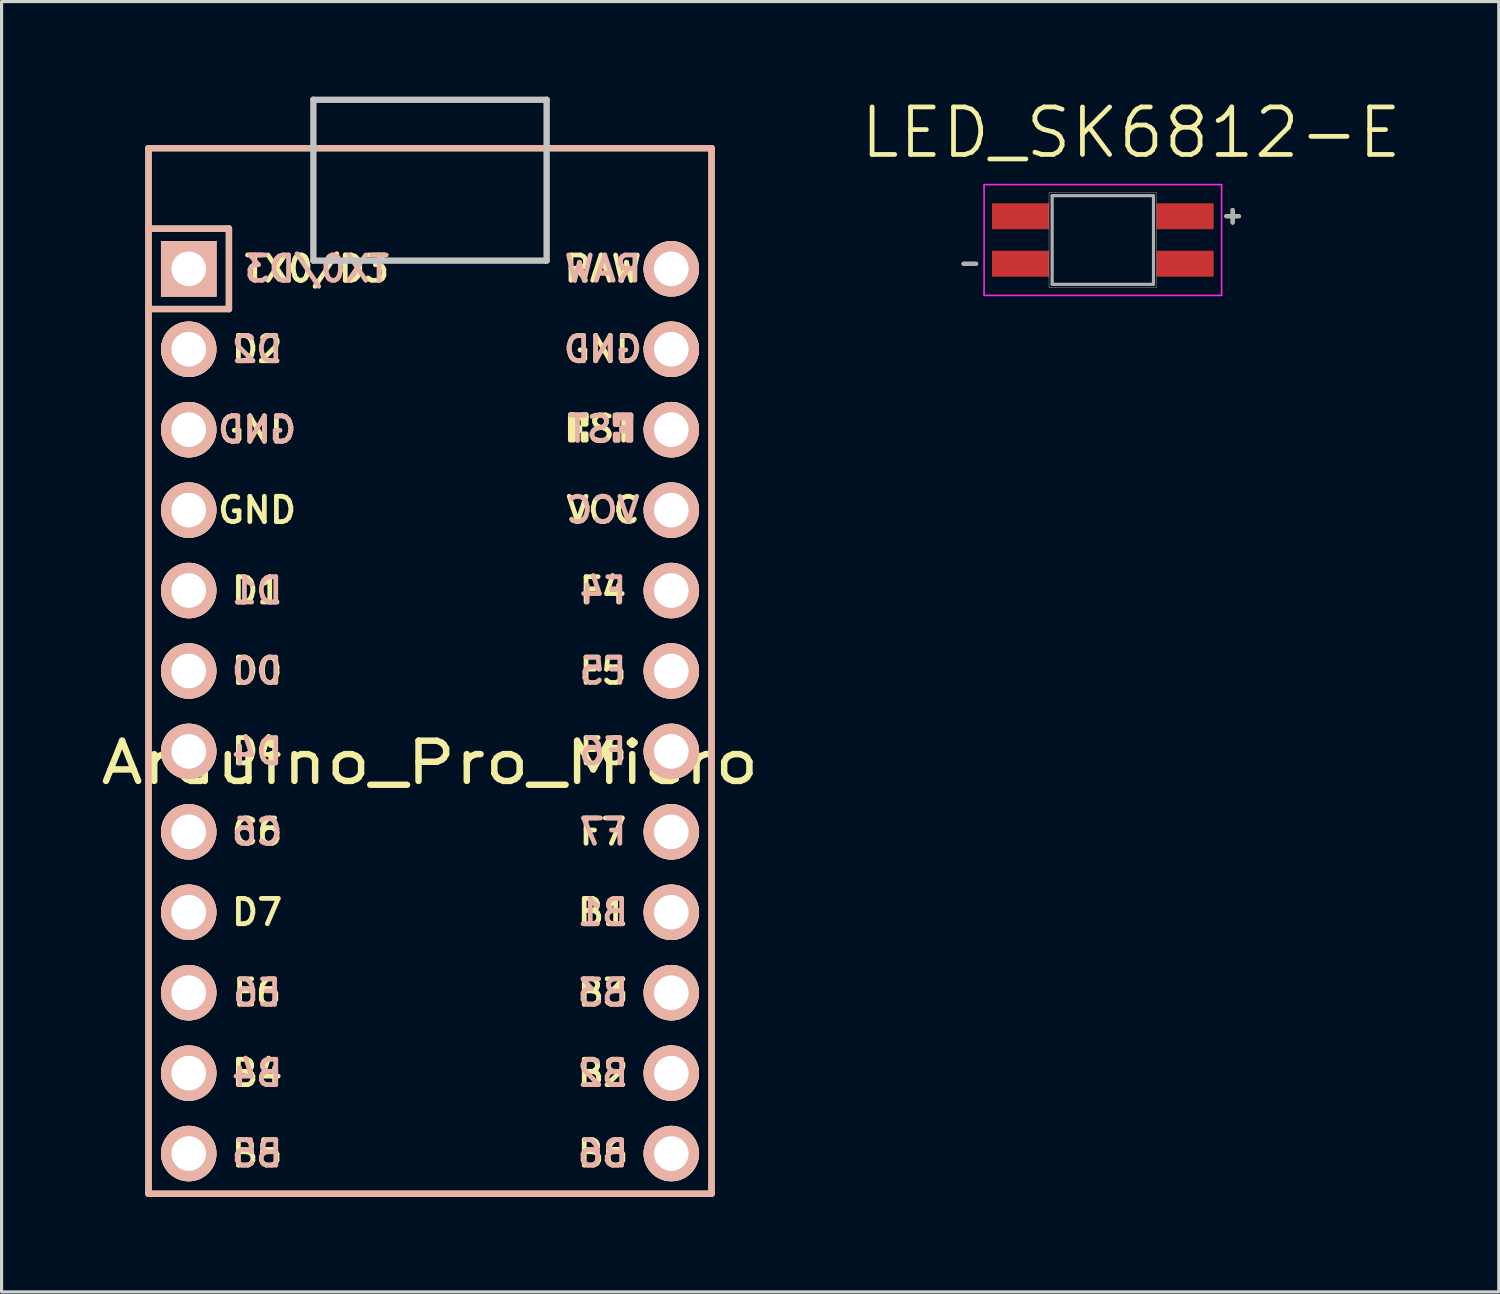
<source format=kicad_pcb>
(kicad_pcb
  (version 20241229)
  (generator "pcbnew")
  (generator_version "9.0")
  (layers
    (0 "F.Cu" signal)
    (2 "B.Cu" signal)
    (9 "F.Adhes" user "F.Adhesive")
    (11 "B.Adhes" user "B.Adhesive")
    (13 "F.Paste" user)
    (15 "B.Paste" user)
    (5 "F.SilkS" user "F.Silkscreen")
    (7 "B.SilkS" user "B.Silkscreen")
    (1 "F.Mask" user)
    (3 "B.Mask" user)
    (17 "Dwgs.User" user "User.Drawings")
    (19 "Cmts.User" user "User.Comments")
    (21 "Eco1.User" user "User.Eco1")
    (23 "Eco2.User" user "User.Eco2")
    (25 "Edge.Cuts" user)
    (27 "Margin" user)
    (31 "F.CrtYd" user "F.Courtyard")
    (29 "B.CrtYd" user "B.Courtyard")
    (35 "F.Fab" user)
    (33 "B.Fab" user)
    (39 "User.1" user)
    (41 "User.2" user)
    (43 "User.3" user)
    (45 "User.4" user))
  (footprint "LED_SK6812-E"
    (layer "F.Cu")
    (at 31.778 4.529)
    (property "Reference" "LED_SK6812-E" (at 0.892 -3.388 0) (layer "F.SilkS") (effects (font (size 1.5 1.5) (thickness 0.15))))
    (attr smd)
    (fp_line (start -4 0.75) (end -4.4 0.75) (stroke (width 0.127) (type solid)) (layer "F.SilkS"))
    (fp_line (start 3.9 -0.75) (end 4.3 -0.75) (stroke (width 0.127) (type solid)) (layer "F.SilkS"))
    (fp_line (start 4.1 -0.95) (end 4.1 -0.55) (stroke (width 0.127) (type solid)) (layer "F.SilkS"))
    (fp_line (start -1.7 -1.5) (end 1.7 -1.5) (stroke (width 0.01) (type solid)) (layer "Edge.Cuts"))
    (fp_line (start -1.7 1.5) (end -1.7 -1.5) (stroke (width 0.01) (type solid)) (layer "Edge.Cuts"))
    (fp_line (start 1.7 -1.5) (end 1.7 1.5) (stroke (width 0.01) (type solid)) (layer "Edge.Cuts"))
    (fp_line (start 1.7 1.5) (end -1.7 1.5) (stroke (width 0.01) (type solid)) (layer "Edge.Cuts"))
    (fp_line (start -3.75 -1.75) (end -3.75 1.75) (stroke (width 0.05) (type solid)) (layer "F.CrtYd"))
    (fp_line (start -3.75 1.75) (end 3.75 1.75) (stroke (width 0.05) (type solid)) (layer "F.CrtYd"))
    (fp_line (start 3.75 -1.75) (end -3.75 -1.75) (stroke (width 0.05) (type solid)) (layer "F.CrtYd"))
    (fp_line (start 3.75 1.75) (end 3.75 -1.75) (stroke (width 0.05) (type solid)) (layer "F.CrtYd"))
    (fp_line (start -4 0.75) (end -4.4 0.75) (stroke (width 0.127) (type solid)) (layer "F.Fab"))
    (fp_line (start -1.6 -1.4) (end -1.6 1.4) (stroke (width 0.1) (type solid)) (layer "F.Fab"))
    (fp_line (start -1.6 1.4) (end 1.6 1.4) (stroke (width 0.1) (type solid)) (layer "F.Fab"))
    (fp_line (start 1.6 -1.4) (end -1.6 -1.4) (stroke (width 0.1) (type solid)) (layer "F.Fab"))
    (fp_line (start 1.6 1.4) (end 1.6 -1.4) (stroke (width 0.1) (type solid)) (layer "F.Fab"))
    (fp_line (start 3.9 -0.75) (end 4.3 -0.75) (stroke (width 0.127) (type solid)) (layer "F.Fab"))
    (fp_line (start 4.1 -0.95) (end 4.1 -0.55) (stroke (width 0.127) (type solid)) (layer "F.Fab"))
    (pad "1" smd rect (at 2.6 -0.75) (size 1.8 0.82) (layers "F.Cu" "F.Mask" "F.Paste"))
    (pad "2" smd rect (at 2.6 0.75) (size 1.8 0.82) (layers "F.Cu" "F.Mask" "F.Paste"))
    (pad "3" smd rect (at -2.6 0.75) (size 1.8 0.82) (layers "F.Cu" "F.Mask" "F.Paste"))
    (pad "4" smd rect (at -2.6 -0.75) (size 1.8 0.82) (layers "F.Cu" "F.Mask" "F.Paste")))
  (footprint "Arduino_Pro_Micro"
    (layer "F.Cu")
    (at 10.53 19.41)
    (property "Reference" "Arduino_Pro_Micro" (at 0 1.625 0) (layer "F.SilkS") (effects (font (size 1.27 1.524) (thickness 0.203))))
    (attr through_hole)
    (fp_line (start -8.89 -17.78) (end -8.89 15.24) (stroke (width 0.2) (type solid)) (layer "F.SilkS"))
    (fp_line (start -8.89 15.24) (end 8.89 15.24) (stroke (width 0.2) (type solid)) (layer "F.SilkS"))
    (fp_line (start -6.35 -15.24) (end -8.89 -15.24) (stroke (width 0.2) (type solid)) (layer "F.SilkS"))
    (fp_line (start -6.35 -15.24) (end -6.35 -12.7) (stroke (width 0.2) (type solid)) (layer "F.SilkS"))
    (fp_line (start -6.35 -12.7) (end -8.89 -12.7) (stroke (width 0.2) (type solid)) (layer "F.SilkS"))
    (fp_line (start 8.89 -17.78) (end -8.89 -17.78) (stroke (width 0.2) (type solid)) (layer "F.SilkS"))
    (fp_line (start 8.89 15.24) (end 8.89 -17.78) (stroke (width 0.2) (type solid)) (layer "F.SilkS"))
    (fp_poly (pts (xy 4.532 -9.361) (xy 4.532 -8.561) (xy 4.432 -8.561) (xy 4.432 -9.361)) (stroke (width 0.15) (type solid)) (fill yes) (layer "F.SilkS"))
    (fp_poly (pts (xy 4.732 -8.961) (xy 4.732 -8.861) (xy 4.632 -8.861) (xy 4.632 -8.961)) (stroke (width 0.15) (type solid)) (fill yes) (layer "F.SilkS"))
    (fp_poly (pts (xy 4.932 -9.361) (xy 4.932 -9.261) (xy 4.432 -9.261) (xy 4.432 -9.361)) (stroke (width 0.15) (type solid)) (fill yes) (layer "F.SilkS"))
    (fp_poly (pts (xy 4.932 -9.361) (xy 4.932 -9.061) (xy 4.832 -9.061) (xy 4.832 -9.361)) (stroke (width 0.15) (type solid)) (fill yes) (layer "F.SilkS"))
    (fp_poly (pts (xy 4.932 -8.761) (xy 4.932 -8.561) (xy 4.832 -8.561) (xy 4.832 -8.761)) (stroke (width 0.15) (type solid)) (fill yes) (layer "F.SilkS"))
    (fp_line (start -8.89 -17.78) (end -8.89 15.24) (stroke (width 0.2) (type solid)) (layer "B.SilkS"))
    (fp_line (start -8.89 15.24) (end 8.89 15.24) (stroke (width 0.2) (type solid)) (layer "B.SilkS"))
    (fp_line (start -6.35 -15.24) (end -8.89 -15.24) (stroke (width 0.2) (type solid)) (layer "B.SilkS"))
    (fp_line (start -6.35 -15.24) (end -6.35 -12.7) (stroke (width 0.2) (type solid)) (layer "B.SilkS"))
    (fp_line (start -6.35 -12.7) (end -8.89 -12.7) (stroke (width 0.2) (type solid)) (layer "B.SilkS"))
    (fp_line (start 8.89 -17.78) (end -8.89 -17.78) (stroke (width 0.2) (type solid)) (layer "B.SilkS"))
    (fp_line (start 8.89 15.24) (end 8.89 -17.78) (stroke (width 0.2) (type solid)) (layer "B.SilkS"))
    (fp_poly (pts (xy 5.845 -9.351) (xy 5.845 -9.251) (xy 6.345 -9.251) (xy 6.345 -9.351)) (stroke (width 0.15) (type solid)) (fill yes) (layer "B.SilkS"))
    (fp_poly (pts (xy 5.845 -9.351) (xy 5.845 -9.051) (xy 5.945 -9.051) (xy 5.945 -9.351)) (stroke (width 0.15) (type solid)) (fill yes) (layer "B.SilkS"))
    (fp_poly (pts (xy 5.845 -8.751) (xy 5.845 -8.551) (xy 5.945 -8.551) (xy 5.945 -8.751)) (stroke (width 0.15) (type solid)) (fill yes) (layer "B.SilkS"))
    (fp_poly (pts (xy 6.045 -8.951) (xy 6.045 -8.851) (xy 6.145 -8.851) (xy 6.145 -8.951)) (stroke (width 0.15) (type solid)) (fill yes) (layer "B.SilkS"))
    (fp_poly (pts (xy 6.245 -9.351) (xy 6.245 -8.551) (xy 6.345 -8.551) (xy 6.345 -9.351)) (stroke (width 0.15) (type solid)) (fill yes) (layer "B.SilkS"))
    (fp_line (start -3.683 -19.31) (end 3.683 -19.31) (stroke (width 0.2) (type solid)) (layer "Dwgs.User"))
    (fp_line (start -3.683 -14.23) (end -3.683 -19.31) (stroke (width 0.2) (type solid)) (layer "Dwgs.User"))
    (fp_line (start 3.683 -19.31) (end 3.683 -14.23) (stroke (width 0.2) (type solid)) (layer "Dwgs.User"))
    (fp_line (start 3.683 -14.23) (end -3.683 -14.23) (stroke (width 0.2) (type solid)) (layer "Dwgs.User"))
    (fp_text user "C6" (at -5.461 3.81 0) (layer "F.SilkS") (effects (font (size 0.8 0.8) (thickness 0.15))))
    (fp_text user "TX0/D3" (at -3.572 -13.97 0) (layer "F.SilkS") (effects (font (size 0.8 0.8) (thickness 0.15))))
    (fp_text user "RAW" (at 5.461 -13.97 0) (layer "F.SilkS") (effects (font (size 0.8 0.8) (thickness 0.15))))
    (fp_text user "F6" (at 5.461 1.27 0) (layer "F.SilkS") (effects (font (size 0.8 0.8) (thickness 0.15))))
    (fp_text user "F7" (at 5.461 3.81 0) (layer "F.SilkS") (effects (font (size 0.8 0.8) (thickness 0.15))))
    (fp_text user "D0" (at -5.461 -1.27 0) (layer "F.SilkS") (effects (font (size 0.8 0.8) (thickness 0.15))))
    (fp_text user "GND" (at -5.461 -6.35 0) (layer "F.SilkS") (effects (font (size 0.8 0.8) (thickness 0.15))))
    (fp_text user "GND" (at -5.461 -8.89 0) (layer "F.SilkS") (effects (font (size 0.8 0.8) (thickness 0.15))))
    (fp_text user "D7" (at -5.461 6.35 0) (layer "F.SilkS") (effects (font (size 0.8 0.8) (thickness 0.15))))
    (fp_text user "ST" (at 5.733 -8.92 0) (layer "F.SilkS") (effects (font (size 0.8 0.8) (thickness 0.15))))
    (fp_text user "B5" (at -5.461 13.97 0) (layer "F.SilkS") (effects (font (size 0.8 0.8) (thickness 0.15))))
    (fp_text user "D2" (at -5.461 -11.43 0) (layer "F.SilkS") (effects (font (size 0.8 0.8) (thickness 0.15))))
    (fp_text user "VCC" (at 5.461 -6.35 0) (layer "F.SilkS") (effects (font (size 0.8 0.8) (thickness 0.15))))
    (fp_text user "F4" (at 5.461 -3.81 0) (layer "F.SilkS") (effects (font (size 0.8 0.8) (thickness 0.15))))
    (fp_text user "B2" (at 5.461 11.43 0) (layer "F.SilkS") (effects (font (size 0.8 0.8) (thickness 0.15))))
    (fp_text user "D4" (at -5.461 1.27 0) (layer "F.SilkS") (effects (font (size 0.8 0.8) (thickness 0.15))))
    (fp_text user "B3" (at 5.461 8.89 0) (layer "F.SilkS") (effects (font (size 0.8 0.8) (thickness 0.15))))
    (fp_text user "GND" (at 5.461 -11.43 0) (layer "F.SilkS") (effects (font (size 0.8 0.8) (thickness 0.15))))
    (fp_text user "B6" (at 5.461 13.97 0) (layer "F.SilkS") (effects (font (size 0.8 0.8) (thickness 0.15))))
    (fp_text user "B1" (at 5.461 6.35 0) (layer "F.SilkS") (effects (font (size 0.8 0.8) (thickness 0.15))))
    (fp_text user "F5" (at 5.461 -1.27 0) (layer "F.SilkS") (effects (font (size 0.8 0.8) (thickness 0.15))))
    (fp_text user "D1" (at -5.461 -3.81 0) (layer "F.SilkS") (effects (font (size 0.8 0.8) (thickness 0.15))))
    (fp_text user "B4" (at -5.461 11.43 0) (layer "F.SilkS") (effects (font (size 0.8 0.8) (thickness 0.15))))
    (fp_text user "E6" (at -5.461 8.89 0) (layer "F.SilkS") (effects (font (size 0.8 0.8) (thickness 0.15))))
    (fp_text user "F7" (at 5.461 3.81 0) (layer "B.SilkS") (effects (font (size 0.8 0.8) (thickness 0.15)) (justify mirror)))
    (fp_text user "B1" (at 5.461 6.35 0) (layer "B.SilkS") (effects (font (size 0.8 0.8) (thickness 0.15)) (justify mirror)))
    (fp_text user "VCC" (at 5.461 -6.35 0) (layer "B.SilkS") (effects (font (size 0.8 0.8) (thickness 0.15)) (justify mirror)))
    (fp_text user "F4" (at 5.461 -3.81 0) (layer "B.SilkS") (effects (font (size 0.8 0.8) (thickness 0.15)) (justify mirror)))
    (fp_text user "TX0/D3" (at -3.572 -13.97 0) (layer "B.SilkS") (effects (font (size 0.8 0.8) (thickness 0.15)) (justify mirror)))
    (fp_text user "B5" (at -5.461 13.97 0) (layer "B.SilkS") (effects (font (size 0.8 0.8) (thickness 0.15)) (justify mirror)))
    (fp_text user "F5" (at 5.461 -1.27 0) (layer "B.SilkS") (effects (font (size 0.8 0.8) (thickness 0.15)) (justify mirror)))
    (fp_text user "B6" (at 5.461 13.97 0) (layer "B.SilkS") (effects (font (size 0.8 0.8) (thickness 0.15)) (justify mirror)))
    (fp_text user "ST" (at 5.04 -8.91 0) (layer "B.SilkS") (effects (font (size 0.8 0.8) (thickness 0.15)) (justify mirror)))
    (fp_text user "F6" (at 5.461 1.27 0) (layer "B.SilkS") (effects (font (size 0.8 0.8) (thickness 0.15)) (justify mirror)))
    (fp_text user "GND" (at -5.461 -8.89 0) (layer "B.SilkS") (effects (font (size 0.8 0.8) (thickness 0.15)) (justify mirror)))
    (fp_text user "D0" (at -5.461 -1.27 0) (layer "B.SilkS") (effects (font (size 0.8 0.8) (thickness 0.15)) (justify mirror)))
    (fp_text user "RAW" (at 5.461 -13.97 0) (layer "B.SilkS") (effects (font (size 0.8 0.8) (thickness 0.15)) (justify mirror)))
    (fp_text user "B4" (at -5.461 11.43 0) (layer "B.SilkS") (effects (font (size 0.8 0.8) (thickness 0.15)) (justify mirror)))
    (fp_text user "C6" (at -5.461 3.81 0) (layer "B.SilkS") (effects (font (size 0.8 0.8) (thickness 0.15)) (justify mirror)))
    (fp_text user "D4" (at -5.461 1.27 0) (layer "B.SilkS") (effects (font (size 0.8 0.8) (thickness 0.15)) (justify mirror)))
    (fp_text user "B2" (at 5.461 11.43 0) (layer "B.SilkS") (effects (font (size 0.8 0.8) (thickness 0.15)) (justify mirror)))
    (fp_text user "D2" (at -5.461 -11.43 0) (layer "B.SilkS") (effects (font (size 0.8 0.8) (thickness 0.15)) (justify mirror)))
    (fp_text user "E6" (at -5.461 8.89 0) (layer "B.SilkS") (effects (font (size 0.8 0.8) (thickness 0.15)) (justify mirror)))
    (fp_text user "GND" (at 5.461 -11.43 0) (layer "B.SilkS") (effects (font (size 0.8 0.8) (thickness 0.15)) (justify mirror)))
    (fp_text user "D1" (at -5.461 -3.81 0) (layer "B.SilkS") (effects (font (size 0.8 0.8) (thickness 0.15)) (justify mirror)))
    (fp_text user "B3" (at 5.461 8.89 0) (layer "B.SilkS") (effects (font (size 0.8 0.8) (thickness 0.15)) (justify mirror)))
    (pad "1" thru_hole rect (at -7.62 -13.97 270) (size 1.753 1.753) (drill 1.092) (layers "*.Cu" "*.SilkS" "*.Mask"))
    (pad "2" thru_hole circle (at -7.62 -11.43 270) (size 1.753 1.753) (drill 1.092) (layers "*.Cu" "*.SilkS" "*.Mask"))
    (pad "3" thru_hole circle (at -7.62 -8.89 270) (size 1.753 1.753) (drill 1.092) (layers "*.Cu" "*.SilkS" "*.Mask"))
    (pad "4" thru_hole circle (at -7.62 -6.35 270) (size 1.753 1.753) (drill 1.092) (layers "*.Cu" "*.SilkS" "*.Mask"))
    (pad "5" thru_hole circle (at -7.62 -3.81 270) (size 1.753 1.753) (drill 1.092) (layers "*.Cu" "*.SilkS" "*.Mask"))
    (pad "6" thru_hole circle (at -7.62 -1.27 270) (size 1.753 1.753) (drill 1.092) (layers "*.Cu" "*.SilkS" "*.Mask"))
    (pad "7" thru_hole circle (at -7.62 1.27 270) (size 1.753 1.753) (drill 1.092) (layers "*.Cu" "*.SilkS" "*.Mask"))
    (pad "8" thru_hole circle (at -7.62 3.81 270) (size 1.753 1.753) (drill 1.092) (layers "*.Cu" "*.SilkS" "*.Mask"))
    (pad "9" thru_hole circle (at -7.62 6.35 270) (size 1.753 1.753) (drill 1.092) (layers "*.Cu" "*.SilkS" "*.Mask"))
    (pad "10" thru_hole circle (at -7.62 8.89 270) (size 1.753 1.753) (drill 1.092) (layers "*.Cu" "*.SilkS" "*.Mask"))
    (pad "11" thru_hole circle (at -7.62 11.43 270) (size 1.753 1.753) (drill 1.092) (layers "*.Cu" "*.SilkS" "*.Mask"))
    (pad "12" thru_hole circle (at -7.62 13.97 270) (size 1.753 1.753) (drill 1.092) (layers "*.Cu" "*.SilkS" "*.Mask"))
    (pad "13" thru_hole circle (at 7.62 13.97 270) (size 1.753 1.753) (drill 1.092) (layers "*.Cu" "*.SilkS" "*.Mask"))
    (pad "14" thru_hole circle (at 7.62 11.43 270) (size 1.753 1.753) (drill 1.092) (layers "*.Cu" "*.SilkS" "*.Mask"))
    (pad "15" thru_hole circle (at 7.62 8.89 270) (size 1.753 1.753) (drill 1.092) (layers "*.Cu" "*.SilkS" "*.Mask"))
    (pad "16" thru_hole circle (at 7.62 6.35 270) (size 1.753 1.753) (drill 1.092) (layers "*.Cu" "*.SilkS" "*.Mask"))
    (pad "17" thru_hole circle (at 7.62 3.81 270) (size 1.753 1.753) (drill 1.092) (layers "*.Cu" "*.SilkS" "*.Mask"))
    (pad "18" thru_hole circle (at 7.62 1.27 270) (size 1.753 1.753) (drill 1.092) (layers "*.Cu" "*.SilkS" "*.Mask"))
    (pad "19" thru_hole circle (at 7.62 -1.27 270) (size 1.753 1.753) (drill 1.092) (layers "*.Cu" "*.SilkS" "*.Mask"))
    (pad "20" thru_hole circle (at 7.62 -3.81 270) (size 1.753 1.753) (drill 1.092) (layers "*.Cu" "*.SilkS" "*.Mask"))
    (pad "21" thru_hole circle (at 7.62 -6.35 270) (size 1.753 1.753) (drill 1.092) (layers "*.Cu" "*.SilkS" "*.Mask"))
    (pad "22" thru_hole circle (at 7.62 -8.89 270) (size 1.753 1.753) (drill 1.092) (layers "*.Cu" "*.SilkS" "*.Mask"))
    (pad "23" thru_hole circle (at 7.62 -11.43 270) (size 1.753 1.753) (drill 1.092) (layers "*.Cu" "*.SilkS" "*.Mask"))
    (pad "24" thru_hole circle (at 7.62 -13.97 270) (size 1.753 1.753) (drill 1.092) (layers "*.Cu" "*.SilkS" "*.Mask")))
  (gr_rect
    (start -3 -3)
    (end 44.282 37.75)
    (stroke (width 0.1) (type default))
    (fill no)
    (layer "Edge.Cuts")))
</source>
